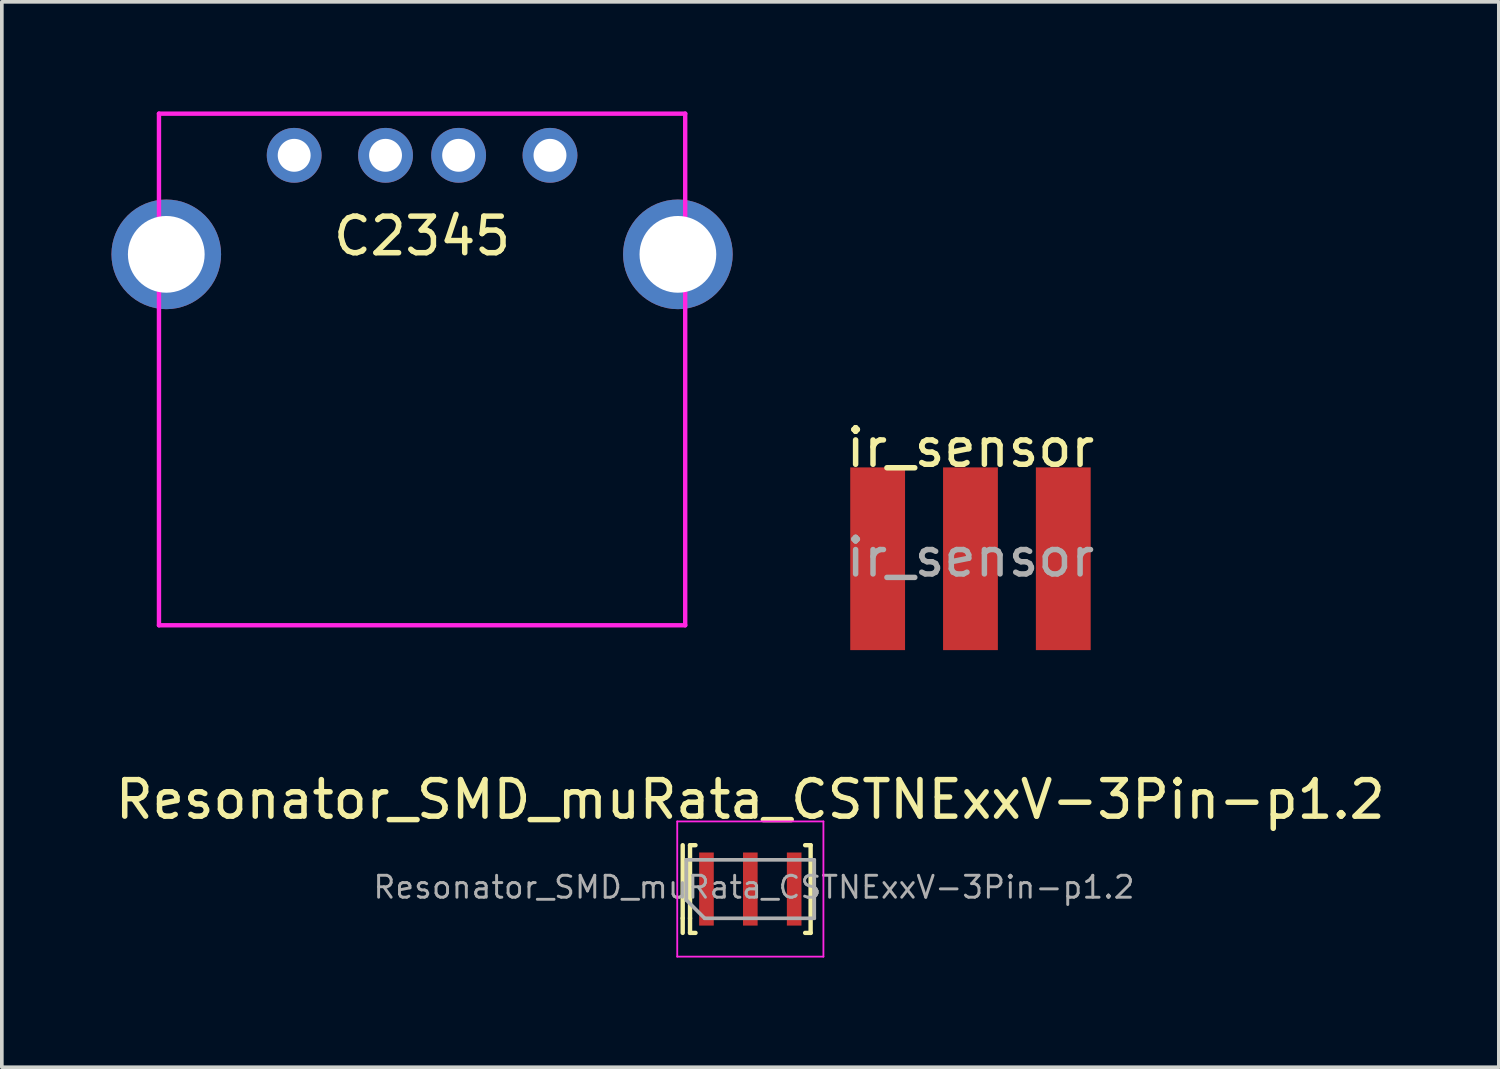
<source format=kicad_pcb>
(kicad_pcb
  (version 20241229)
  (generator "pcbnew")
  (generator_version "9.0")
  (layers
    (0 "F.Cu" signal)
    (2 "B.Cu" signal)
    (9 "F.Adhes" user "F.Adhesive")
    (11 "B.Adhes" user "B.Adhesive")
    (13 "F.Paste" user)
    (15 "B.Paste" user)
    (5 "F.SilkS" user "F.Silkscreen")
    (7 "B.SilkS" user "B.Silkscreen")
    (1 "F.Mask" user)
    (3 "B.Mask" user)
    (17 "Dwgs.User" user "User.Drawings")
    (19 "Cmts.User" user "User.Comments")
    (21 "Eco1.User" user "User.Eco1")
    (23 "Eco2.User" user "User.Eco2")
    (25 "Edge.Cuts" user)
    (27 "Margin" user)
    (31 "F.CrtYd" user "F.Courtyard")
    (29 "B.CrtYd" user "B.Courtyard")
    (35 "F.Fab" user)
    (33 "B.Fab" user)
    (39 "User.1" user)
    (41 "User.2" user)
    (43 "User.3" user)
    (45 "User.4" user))
  (footprint "Resonator_SMD_muRata_CSTNExxV-3Pin-p1.2"
    (layer "F.Cu")
    (at 17.482 21.278)
    (property "Reference" "Resonator_SMD_muRata_CSTNExxV-3Pin-p1.2" (at 0 -2.45 0) (layer "F.SilkS") (effects (font (size 1 1) (thickness 0.15))))
    (attr smd)
    (fp_line (start -1.85 -1.2) (end -1.85 0.8) (stroke (width 0.12) (type solid)) (layer "F.SilkS"))
    (fp_line (start -1.85 0.8) (end -1.85 1.2) (stroke (width 0.12) (type solid)) (layer "F.SilkS"))
    (fp_line (start -1.65 -1.2) (end -1.5 -1.2) (stroke (width 0.12) (type solid)) (layer "F.SilkS"))
    (fp_line (start -1.65 0.8) (end -1.65 -1.2) (stroke (width 0.12) (type solid)) (layer "F.SilkS"))
    (fp_line (start -1.65 0.8) (end -1.65 1.2) (stroke (width 0.12) (type solid)) (layer "F.SilkS"))
    (fp_line (start -1.65 1.2) (end -1.5 1.2) (stroke (width 0.12) (type solid)) (layer "F.SilkS"))
    (fp_line (start 1.65 -1.2) (end 1.5 -1.2) (stroke (width 0.12) (type solid)) (layer "F.SilkS"))
    (fp_line (start 1.65 -1.2) (end 1.65 0.8) (stroke (width 0.12) (type solid)) (layer "F.SilkS"))
    (fp_line (start 1.65 0.8) (end 1.65 1.2) (stroke (width 0.12) (type solid)) (layer "F.SilkS"))
    (fp_line (start 1.65 1.2) (end 1.5 1.2) (stroke (width 0.12) (type solid)) (layer "F.SilkS"))
    (fp_line (start -2 -1.85) (end 2 -1.85) (stroke (width 0.05) (type solid)) (layer "F.CrtYd"))
    (fp_line (start -2 1.85) (end -2 -1.85) (stroke (width 0.05) (type solid)) (layer "F.CrtYd"))
    (fp_line (start 2 -1.85) (end 2 1.85) (stroke (width 0.05) (type solid)) (layer "F.CrtYd"))
    (fp_line (start 2 1.85) (end -2 1.85) (stroke (width 0.05) (type solid)) (layer "F.CrtYd"))
    (fp_line (start -1.75 0.3) (end -1.75 -0.8) (stroke (width 0.1) (type solid)) (layer "F.Fab"))
    (fp_line (start -1.25 0.8) (end -1.75 0.3) (stroke (width 0.1) (type solid)) (layer "F.Fab"))
    (fp_line (start -1.25 0.8) (end 1.75 0.8) (stroke (width 0.1) (type solid)) (layer "F.Fab"))
    (fp_line (start 1.75 -0.8) (end -1.75 -0.8) (stroke (width 0.1) (type solid)) (layer "F.Fab"))
    (fp_line (start 1.75 0.8) (end 1.75 -0.8) (stroke (width 0.1) (type solid)) (layer "F.Fab"))
    (fp_text user "${REFERENCE}" (at 0.1 -0.05 0) (layer "F.Fab") (effects (font (size 0.6 0.6) (thickness 0.08))))
    (pad "1" smd rect (at -1.2 0) (size 0.4 2) (layers "F.Cu" "F.Mask" "F.Paste"))
    (pad "2" smd rect (at 0 0) (size 0.4 2) (layers "F.Cu" "F.Mask" "F.Paste"))
    (pad "3" smd rect (at 1.2 0) (size 0.4 2) (layers "F.Cu" "F.Mask" "F.Paste")))
  (footprint "ir_sensor"
    (layer "F.Cu")
    (at 23.506 4.075)
    (property "Reference" "ir_sensor" (at 0 5.125 0) (unlocked yes) (layer "F.SilkS") (effects (font (size 1 1) (thickness 0.15))))
    (fp_line (start -2.54 3.875) (end -2.54 10.705) (stroke (width 0.4) (type solid)) (layer "User.2"))
    (fp_line (start 0 3.875) (end 0 10.705) (stroke (width 0.4) (type solid)) (layer "User.2"))
    (fp_line (start 2.54 3.875) (end 2.54 10.705) (stroke (width 0.4) (type solid)) (layer "User.2"))
    (fp_rect (start -3.3 -3.875) (end 3.3 3.875) (stroke (width 0.4) (type solid)) (fill no) (layer "User.2"))
    (fp_text user "${REFERENCE}" (at 0 8.125 0) (unlocked yes) (layer "F.Fab") (effects (font (size 1 1) (thickness 0.15))))
    (pad "1" smd rect (at -2.54 8.165) (size 1.5 5) (layers "F.Cu" "F.Mask" "F.Paste"))
    (pad "2" smd rect (at 0 8.165) (size 1.5 5) (layers "F.Cu" "F.Mask" "F.Paste"))
    (pad "3" smd rect (at 2.54 8.165) (size 1.5 5) (layers "F.Cu" "F.Mask" "F.Paste")))
  (footprint "C2345"
    (layer "F.Cu")
    (at 8.5 3.91)
    (property "Reference" "C2345" (at 0 -0.5 0) (unlocked yes) (layer "F.SilkS") (effects (font (size 1 1) (thickness 0.15))))
    (fp_line (start -7.2 -3.85) (end 7.2 -3.85) (stroke (width 0.12) (type solid)) (layer "F.CrtYd"))
    (fp_line (start -7.2 0) (end -7.2 -3.85) (stroke (width 0.12) (type solid)) (layer "F.CrtYd"))
    (fp_line (start -7.2 0.05) (end -7.2 10.15) (stroke (width 0.12) (type solid)) (layer "F.CrtYd"))
    (fp_line (start -7.2 10.15) (end 7.2 10.15) (stroke (width 0.12) (type solid)) (layer "F.CrtYd"))
    (fp_line (start 7.2 -3.85) (end 7.2 0) (stroke (width 0.12) (type solid)) (layer "F.CrtYd"))
    (fp_line (start 7.2 10.15) (end 7.2 0) (stroke (width 0.12) (type solid)) (layer "F.CrtYd"))
    (pad "1" thru_hole circle (at -3.5 -2.71) (size 1.5 1.5) (drill 0.9) (layers "*.Cu" "*.Mask"))
    (pad "2" thru_hole circle (at -1 -2.71) (size 1.5 1.5) (drill 0.9) (layers "*.Cu" "*.Mask"))
    (pad "3" thru_hole circle (at 1 -2.71) (size 1.5 1.5) (drill 0.9) (layers "*.Cu" "*.Mask"))
    (pad "4" thru_hole circle (at 3.5 -2.71) (size 1.5 1.5) (drill 0.9) (layers "*.Cu" "*.Mask"))
    (pad "5" thru_hole circle (at -7 0) (size 3 3) (drill 2.1) (layers "*.Cu" "*.Mask"))
    (pad "5" thru_hole circle (at 7 0) (size 3 3) (drill 2.1) (layers "*.Cu" "*.Mask")))
  (gr_rect
    (start -3 -3)
    (end 37.964 26.153)
    (stroke (width 0.1) (type default))
    (fill no)
    (layer "Edge.Cuts")))
</source>
